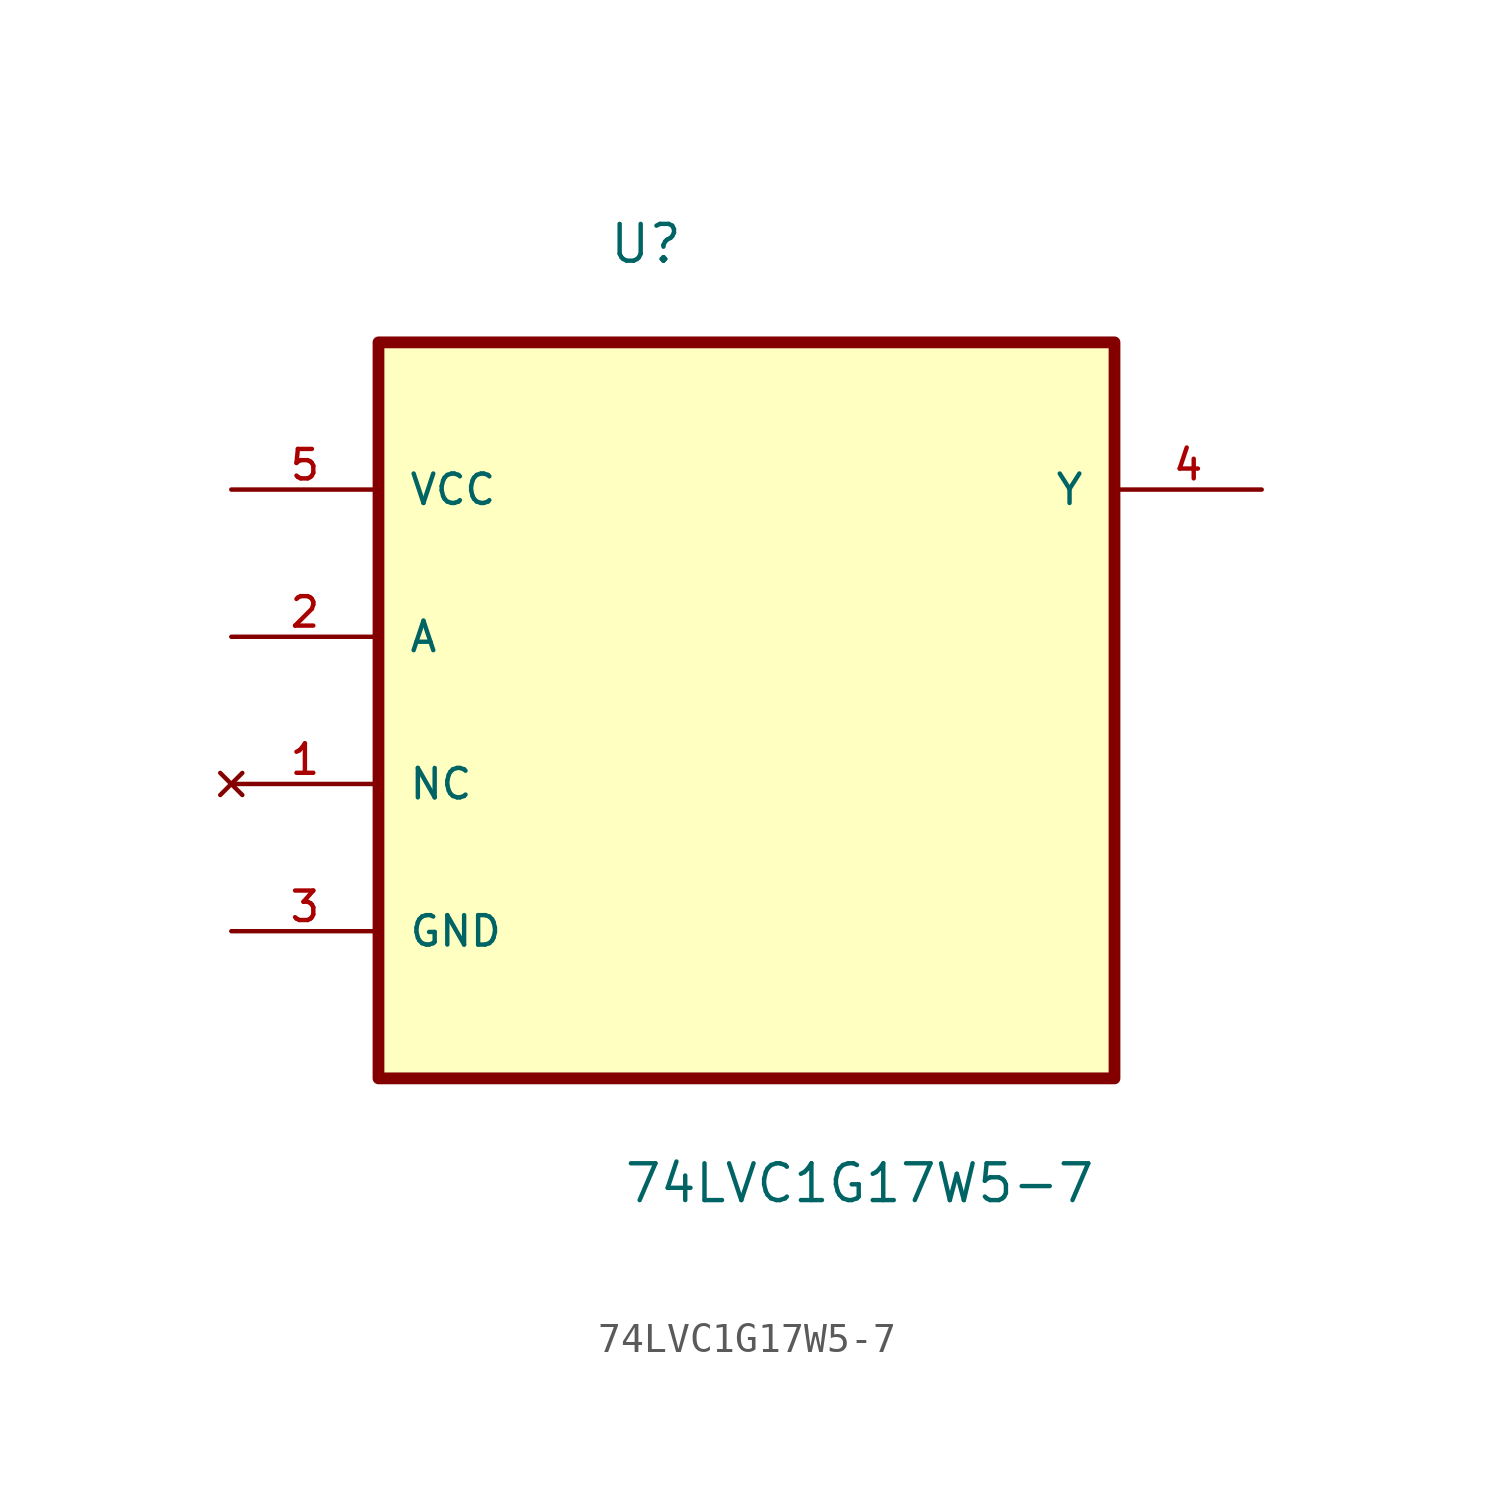
<source format=kicad_sym>
(kicad_symbol_lib
  (version 20211014)
  (generator kicad_symbol_editor)
  (symbol "74LVC1G17W5-7"
    (pin_names
      (offset 1.016))
    (property "Reference" "U"
      (at -4.78 12.815 0.0)
      (effects (font (size 1.27 1.27)) (justify bottom left)))
    (property "Value" "74LVC1G17W5-7"
      (at -4.271 -19.603 0.0)
      (effects (font (size 1.27 1.27)) (justify bottom left)))
    (symbol "74LVC1G17W5-7_0_0"
      (rectangle (start -12.7 -15.24) (end 12.7 10.16) (stroke (width 0.406)) (fill (type background)))
      (pin power_in line (at -17.78 5.08 0) (length 5.08) (name "VCC" (effects (font (size 1.016 1.016)))) (number "5" (effects (font (size 1.016 1.016)))))
      (pin input line (at -17.78 0.0 0) (length 5.08) (name "A" (effects (font (size 1.016 1.016)))) (number "2" (effects (font (size 1.016 1.016)))))
      (pin no_connect line (at -17.78 -5.08 0) (length 5.08) (name "NC" (effects (font (size 1.016 1.016)))) (number "1" (effects (font (size 1.016 1.016)))))
      (pin passive line (at -17.78 -10.16 0) (length 5.08) (name "GND" (effects (font (size 1.016 1.016)))) (number "3" (effects (font (size 1.016 1.016)))))
      (pin output line (at 17.78 5.08 180.0) (length 5.08) (name "Y" (effects (font (size 1.016 1.016)))) (number "4" (effects (font (size 1.016 1.016))))))))
</source>
